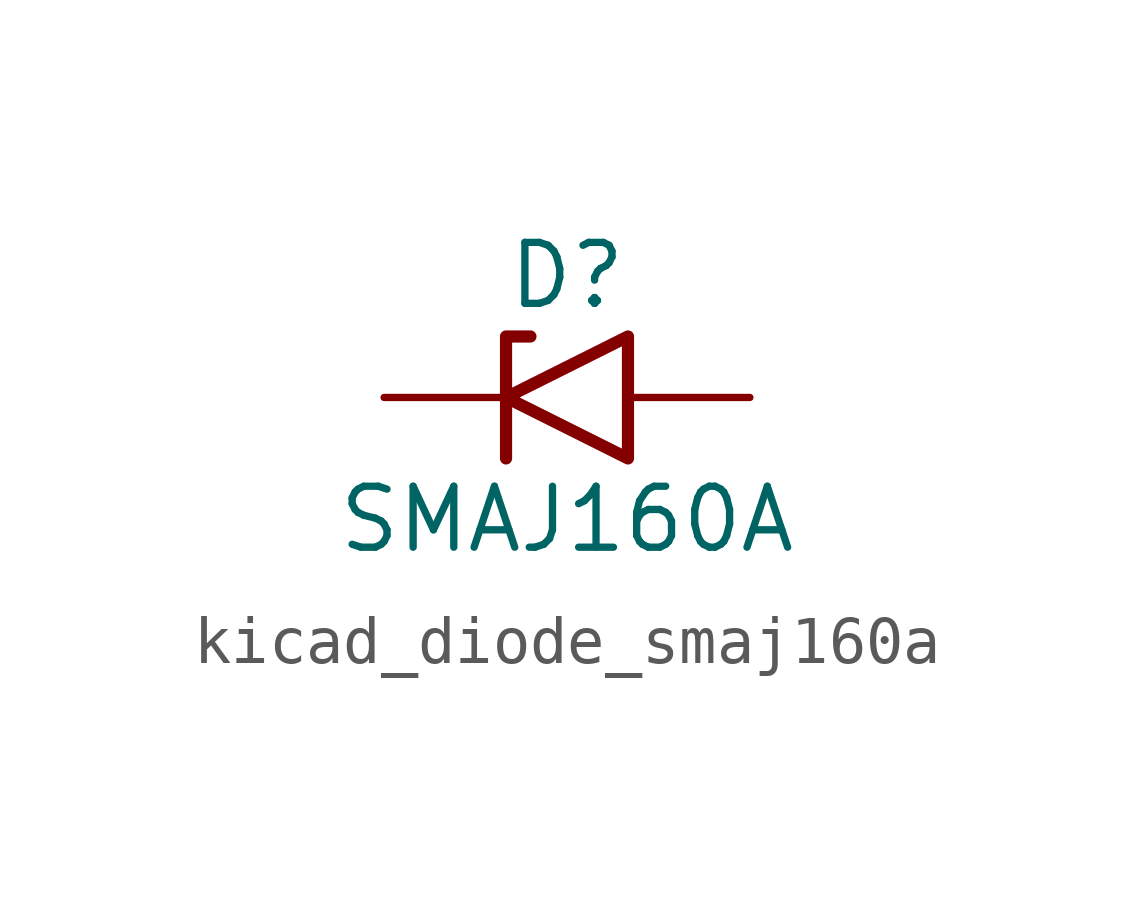
<source format=kicad_sym>
(kicad_symbol_lib
  (version 20220914)
  (generator kicad_symbol_editor)
  (symbol "kicad_diode_smaj160a"
    (pin_numbers hide)
    (pin_names
      (offset 1.016) hide)
    (property "Reference" "D"
      (at 0 2.54 0)
      (effects (font (size 1.27 1.27))))
    (property "Value" "SMAJ160A"
      (at 0 -2.54 0)
      (effects (font (size 1.27 1.27))))
    (symbol "kicad_diode_smaj160a_0_1"
      (polyline (pts (xy -0.762 1.27) (xy -1.27 1.27) (xy -1.27 -1.27)) (stroke (width 0.254) (type default)) (fill (type none)))
      (polyline (pts (xy 1.27 1.27) (xy 1.27 -1.27) (xy -1.27 0) (xy 1.27 1.27)) (stroke (width 0.254) (type default)) (fill (type none))))
    (symbol "kicad_diode_smaj160a_1_1"
      (pin passive line (at -3.81 0 0) (length 2.54) (name "A1" (effects (font (size 1.27 1.27)))) (number "1" (effects (font (size 1.27 1.27)))))
      (pin passive line (at 3.81 0 180) (length 2.54) (name "A2" (effects (font (size 1.27 1.27)))) (number "2" (effects (font (size 1.27 1.27))))))))
</source>
